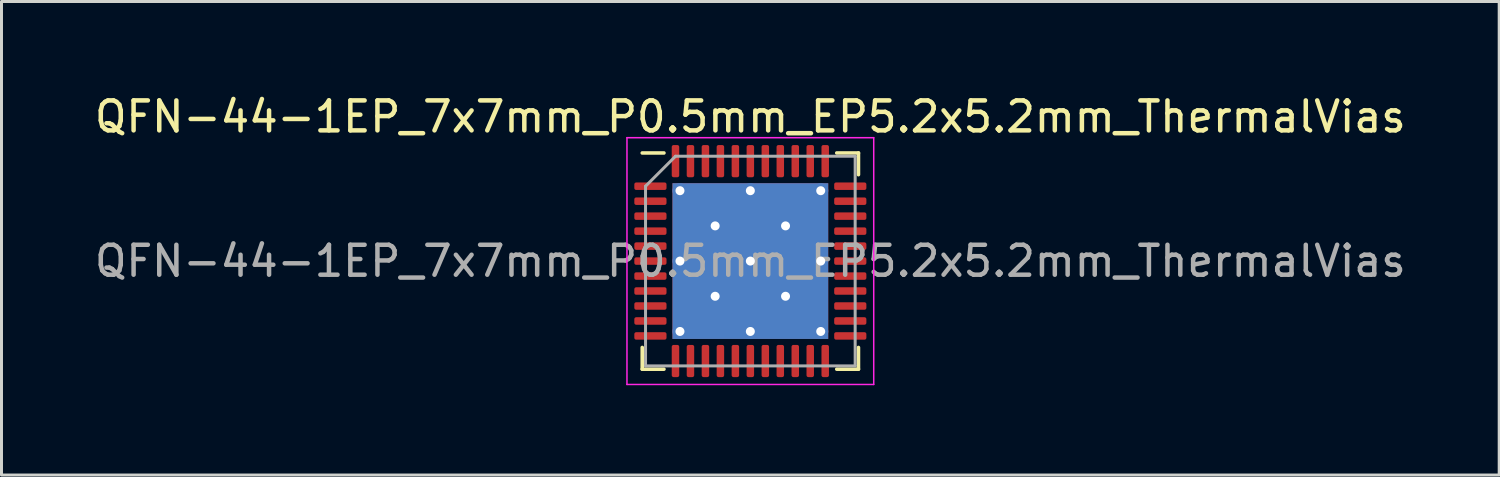
<source format=kicad_pcb>
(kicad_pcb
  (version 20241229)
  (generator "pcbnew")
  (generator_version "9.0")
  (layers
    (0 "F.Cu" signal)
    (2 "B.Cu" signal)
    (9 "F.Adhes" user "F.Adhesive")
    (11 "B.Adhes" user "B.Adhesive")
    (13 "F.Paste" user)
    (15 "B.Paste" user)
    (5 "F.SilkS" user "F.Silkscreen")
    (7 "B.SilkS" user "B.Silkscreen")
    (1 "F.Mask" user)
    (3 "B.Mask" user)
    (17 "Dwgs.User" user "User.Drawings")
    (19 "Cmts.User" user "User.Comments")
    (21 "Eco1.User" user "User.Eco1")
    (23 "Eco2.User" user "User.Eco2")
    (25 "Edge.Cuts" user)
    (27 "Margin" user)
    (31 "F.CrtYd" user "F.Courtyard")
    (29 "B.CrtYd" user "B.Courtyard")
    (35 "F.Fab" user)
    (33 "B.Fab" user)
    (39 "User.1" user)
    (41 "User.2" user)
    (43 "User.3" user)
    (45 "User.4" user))
  (footprint "QFN-44-1EP_7x7mm_P0.5mm_EP5.2x5.2mm_ThermalVias"
    (layer "F.Cu")
    (at 22.006 5.668)
    (property "Reference" "QFN-44-1EP_7x7mm_P0.5mm_EP5.2x5.2mm_ThermalVias" (at 0 -4.82 0) (layer "F.SilkS") (effects (font (size 1 1) (thickness 0.15))))
    (attr smd)
    (fp_line (start -3.61 3.61) (end -3.61 2.885) (stroke (width 0.12) (type solid)) (layer "F.SilkS"))
    (fp_line (start -2.885 -3.61) (end -3.61 -3.61) (stroke (width 0.12) (type solid)) (layer "F.SilkS"))
    (fp_line (start -2.885 3.61) (end -3.61 3.61) (stroke (width 0.12) (type solid)) (layer "F.SilkS"))
    (fp_line (start 2.885 -3.61) (end 3.61 -3.61) (stroke (width 0.12) (type solid)) (layer "F.SilkS"))
    (fp_line (start 2.885 3.61) (end 3.61 3.61) (stroke (width 0.12) (type solid)) (layer "F.SilkS"))
    (fp_line (start 3.61 -3.61) (end 3.61 -2.885) (stroke (width 0.12) (type solid)) (layer "F.SilkS"))
    (fp_line (start 3.61 3.61) (end 3.61 2.885) (stroke (width 0.12) (type solid)) (layer "F.SilkS"))
    (fp_line (start -4.12 -4.12) (end -4.12 4.12) (stroke (width 0.05) (type solid)) (layer "F.CrtYd"))
    (fp_line (start -4.12 4.12) (end 4.12 4.12) (stroke (width 0.05) (type solid)) (layer "F.CrtYd"))
    (fp_line (start 4.12 -4.12) (end -4.12 -4.12) (stroke (width 0.05) (type solid)) (layer "F.CrtYd"))
    (fp_line (start 4.12 4.12) (end 4.12 -4.12) (stroke (width 0.05) (type solid)) (layer "F.CrtYd"))
    (fp_line (start -3.5 -2.5) (end -2.5 -3.5) (stroke (width 0.1) (type solid)) (layer "F.Fab"))
    (fp_line (start -3.5 3.5) (end -3.5 -2.5) (stroke (width 0.1) (type solid)) (layer "F.Fab"))
    (fp_line (start -2.5 -3.5) (end 3.5 -3.5) (stroke (width 0.1) (type solid)) (layer "F.Fab"))
    (fp_line (start 3.5 -3.5) (end 3.5 3.5) (stroke (width 0.1) (type solid)) (layer "F.Fab"))
    (fp_line (start 3.5 3.5) (end -3.5 3.5) (stroke (width 0.1) (type solid)) (layer "F.Fab"))
    (fp_text user "${REFERENCE}" (at 0 0 0) (layer "F.Fab") (effects (font (size 1 1) (thickness 0.15))))
    (pad "" smd roundrect (at -1.762 -1.762) (size 1.007 1.007) (layers "F.Paste") (roundrect_rratio 0.248))
    (pad "" smd roundrect (at -1.762 -0.588) (size 1.007 1.007) (layers "F.Paste") (roundrect_rratio 0.248))
    (pad "" smd roundrect (at -1.762 0.588) (size 1.007 1.007) (layers "F.Paste") (roundrect_rratio 0.248))
    (pad "" smd roundrect (at -1.762 1.762) (size 1.007 1.007) (layers "F.Paste") (roundrect_rratio 0.248))
    (pad "" smd roundrect (at -0.588 -1.762) (size 1.007 1.007) (layers "F.Paste") (roundrect_rratio 0.248))
    (pad "" smd roundrect (at -0.588 -0.588) (size 1.007 1.007) (layers "F.Paste") (roundrect_rratio 0.248))
    (pad "" smd roundrect (at -0.588 0.588) (size 1.007 1.007) (layers "F.Paste") (roundrect_rratio 0.248))
    (pad "" smd roundrect (at -0.588 1.762) (size 1.007 1.007) (layers "F.Paste") (roundrect_rratio 0.248))
    (pad "" smd roundrect (at 0.588 -1.762) (size 1.007 1.007) (layers "F.Paste") (roundrect_rratio 0.248))
    (pad "" smd roundrect (at 0.588 -0.588) (size 1.007 1.007) (layers "F.Paste") (roundrect_rratio 0.248))
    (pad "" smd roundrect (at 0.588 0.588) (size 1.007 1.007) (layers "F.Paste") (roundrect_rratio 0.248))
    (pad "" smd roundrect (at 0.588 1.762) (size 1.007 1.007) (layers "F.Paste") (roundrect_rratio 0.248))
    (pad "" smd roundrect (at 1.762 -1.762) (size 1.007 1.007) (layers "F.Paste") (roundrect_rratio 0.248))
    (pad "" smd roundrect (at 1.762 -0.588) (size 1.007 1.007) (layers "F.Paste") (roundrect_rratio 0.248))
    (pad "" smd roundrect (at 1.762 0.588) (size 1.007 1.007) (layers "F.Paste") (roundrect_rratio 0.248))
    (pad "" smd roundrect (at 1.762 1.762) (size 1.007 1.007) (layers "F.Paste") (roundrect_rratio 0.248))
    (pad "1" smd roundrect (at -3.337 -2.5) (size 1.075 0.25) (layers "F.Cu" "F.Mask" "F.Paste") (roundrect_rratio 0.25))
    (pad "2" smd roundrect (at -3.337 -2) (size 1.075 0.25) (layers "F.Cu" "F.Mask" "F.Paste") (roundrect_rratio 0.25))
    (pad "3" smd roundrect (at -3.337 -1.5) (size 1.075 0.25) (layers "F.Cu" "F.Mask" "F.Paste") (roundrect_rratio 0.25))
    (pad "4" smd roundrect (at -3.337 -1) (size 1.075 0.25) (layers "F.Cu" "F.Mask" "F.Paste") (roundrect_rratio 0.25))
    (pad "5" smd roundrect (at -3.337 -0.5) (size 1.075 0.25) (layers "F.Cu" "F.Mask" "F.Paste") (roundrect_rratio 0.25))
    (pad "6" smd roundrect (at -3.337 0) (size 1.075 0.25) (layers "F.Cu" "F.Mask" "F.Paste") (roundrect_rratio 0.25))
    (pad "7" smd roundrect (at -3.337 0.5) (size 1.075 0.25) (layers "F.Cu" "F.Mask" "F.Paste") (roundrect_rratio 0.25))
    (pad "8" smd roundrect (at -3.337 1) (size 1.075 0.25) (layers "F.Cu" "F.Mask" "F.Paste") (roundrect_rratio 0.25))
    (pad "9" smd roundrect (at -3.337 1.5) (size 1.075 0.25) (layers "F.Cu" "F.Mask" "F.Paste") (roundrect_rratio 0.25))
    (pad "10" smd roundrect (at -3.337 2) (size 1.075 0.25) (layers "F.Cu" "F.Mask" "F.Paste") (roundrect_rratio 0.25))
    (pad "11" smd roundrect (at -3.337 2.5) (size 1.075 0.25) (layers "F.Cu" "F.Mask" "F.Paste") (roundrect_rratio 0.25))
    (pad "12" smd roundrect (at -2.5 3.337) (size 0.25 1.075) (layers "F.Cu" "F.Mask" "F.Paste") (roundrect_rratio 0.25))
    (pad "13" smd roundrect (at -2 3.337) (size 0.25 1.075) (layers "F.Cu" "F.Mask" "F.Paste") (roundrect_rratio 0.25))
    (pad "14" smd roundrect (at -1.5 3.337) (size 0.25 1.075) (layers "F.Cu" "F.Mask" "F.Paste") (roundrect_rratio 0.25))
    (pad "15" smd roundrect (at -1 3.337) (size 0.25 1.075) (layers "F.Cu" "F.Mask" "F.Paste") (roundrect_rratio 0.25))
    (pad "16" smd roundrect (at -0.5 3.337) (size 0.25 1.075) (layers "F.Cu" "F.Mask" "F.Paste") (roundrect_rratio 0.25))
    (pad "17" smd roundrect (at 0 3.337) (size 0.25 1.075) (layers "F.Cu" "F.Mask" "F.Paste") (roundrect_rratio 0.25))
    (pad "18" smd roundrect (at 0.5 3.337) (size 0.25 1.075) (layers "F.Cu" "F.Mask" "F.Paste") (roundrect_rratio 0.25))
    (pad "19" smd roundrect (at 1 3.337) (size 0.25 1.075) (layers "F.Cu" "F.Mask" "F.Paste") (roundrect_rratio 0.25))
    (pad "20" smd roundrect (at 1.5 3.337) (size 0.25 1.075) (layers "F.Cu" "F.Mask" "F.Paste") (roundrect_rratio 0.25))
    (pad "21" smd roundrect (at 2 3.337) (size 0.25 1.075) (layers "F.Cu" "F.Mask" "F.Paste") (roundrect_rratio 0.25))
    (pad "22" smd roundrect (at 2.5 3.337) (size 0.25 1.075) (layers "F.Cu" "F.Mask" "F.Paste") (roundrect_rratio 0.25))
    (pad "23" smd roundrect (at 3.337 2.5) (size 1.075 0.25) (layers "F.Cu" "F.Mask" "F.Paste") (roundrect_rratio 0.25))
    (pad "24" smd roundrect (at 3.337 2) (size 1.075 0.25) (layers "F.Cu" "F.Mask" "F.Paste") (roundrect_rratio 0.25))
    (pad "25" smd roundrect (at 3.337 1.5) (size 1.075 0.25) (layers "F.Cu" "F.Mask" "F.Paste") (roundrect_rratio 0.25))
    (pad "26" smd roundrect (at 3.337 1) (size 1.075 0.25) (layers "F.Cu" "F.Mask" "F.Paste") (roundrect_rratio 0.25))
    (pad "27" smd roundrect (at 3.337 0.5) (size 1.075 0.25) (layers "F.Cu" "F.Mask" "F.Paste") (roundrect_rratio 0.25))
    (pad "28" smd roundrect (at 3.337 0) (size 1.075 0.25) (layers "F.Cu" "F.Mask" "F.Paste") (roundrect_rratio 0.25))
    (pad "29" smd roundrect (at 3.337 -0.5) (size 1.075 0.25) (layers "F.Cu" "F.Mask" "F.Paste") (roundrect_rratio 0.25))
    (pad "30" smd roundrect (at 3.337 -1) (size 1.075 0.25) (layers "F.Cu" "F.Mask" "F.Paste") (roundrect_rratio 0.25))
    (pad "31" smd roundrect (at 3.337 -1.5) (size 1.075 0.25) (layers "F.Cu" "F.Mask" "F.Paste") (roundrect_rratio 0.25))
    (pad "32" smd roundrect (at 3.337 -2) (size 1.075 0.25) (layers "F.Cu" "F.Mask" "F.Paste") (roundrect_rratio 0.25))
    (pad "33" smd roundrect (at 3.337 -2.5) (size 1.075 0.25) (layers "F.Cu" "F.Mask" "F.Paste") (roundrect_rratio 0.25))
    (pad "34" smd roundrect (at 2.5 -3.337) (size 0.25 1.075) (layers "F.Cu" "F.Mask" "F.Paste") (roundrect_rratio 0.25))
    (pad "35" smd roundrect (at 2 -3.337) (size 0.25 1.075) (layers "F.Cu" "F.Mask" "F.Paste") (roundrect_rratio 0.25))
    (pad "36" smd roundrect (at 1.5 -3.337) (size 0.25 1.075) (layers "F.Cu" "F.Mask" "F.Paste") (roundrect_rratio 0.25))
    (pad "37" smd roundrect (at 1 -3.337) (size 0.25 1.075) (layers "F.Cu" "F.Mask" "F.Paste") (roundrect_rratio 0.25))
    (pad "38" smd roundrect (at 0.5 -3.337) (size 0.25 1.075) (layers "F.Cu" "F.Mask" "F.Paste") (roundrect_rratio 0.25))
    (pad "39" smd roundrect (at 0 -3.337) (size 0.25 1.075) (layers "F.Cu" "F.Mask" "F.Paste") (roundrect_rratio 0.25))
    (pad "40" smd roundrect (at -0.5 -3.337) (size 0.25 1.075) (layers "F.Cu" "F.Mask" "F.Paste") (roundrect_rratio 0.25))
    (pad "41" smd roundrect (at -1 -3.337) (size 0.25 1.075) (layers "F.Cu" "F.Mask" "F.Paste") (roundrect_rratio 0.25))
    (pad "42" smd roundrect (at -1.5 -3.337) (size 0.25 1.075) (layers "F.Cu" "F.Mask" "F.Paste") (roundrect_rratio 0.25))
    (pad "43" smd roundrect (at -2 -3.337) (size 0.25 1.075) (layers "F.Cu" "F.Mask" "F.Paste") (roundrect_rratio 0.25))
    (pad "44" smd roundrect (at -2.5 -3.337) (size 0.25 1.075) (layers "F.Cu" "F.Mask" "F.Paste") (roundrect_rratio 0.25))
    (pad "45" thru_hole circle (at -2.35 -2.35) (size 0.5 0.5) (drill 0.3) (layers "*.Cu"))
    (pad "45" thru_hole circle (at -2.35 0) (size 0.5 0.5) (drill 0.3) (layers "*.Cu"))
    (pad "45" thru_hole circle (at -2.35 2.35) (size 0.5 0.5) (drill 0.3) (layers "*.Cu"))
    (pad "45" thru_hole circle (at -1.175 -1.175) (size 0.5 0.5) (drill 0.3) (layers "*.Cu"))
    (pad "45" thru_hole circle (at -1.175 1.175) (size 0.5 0.5) (drill 0.3) (layers "*.Cu"))
    (pad "45" thru_hole circle (at 0 -2.35) (size 0.5 0.5) (drill 0.3) (layers "*.Cu"))
    (pad "45" thru_hole circle (at 0 0) (size 0.5 0.5) (drill 0.3) (layers "*.Cu"))
    (pad "45" smd rect (at 0 0) (size 5.2 5.2) (layers "F.Cu" "F.Mask"))
    (pad "45" smd rect (at 0 0) (size 5.2 5.2) (layers "B.Cu"))
    (pad "45" thru_hole circle (at 0 2.35) (size 0.5 0.5) (drill 0.3) (layers "*.Cu"))
    (pad "45" thru_hole circle (at 1.175 -1.175) (size 0.5 0.5) (drill 0.3) (layers "*.Cu"))
    (pad "45" thru_hole circle (at 1.175 1.175) (size 0.5 0.5) (drill 0.3) (layers "*.Cu"))
    (pad "45" thru_hole circle (at 2.35 -2.35) (size 0.5 0.5) (drill 0.3) (layers "*.Cu"))
    (pad "45" thru_hole circle (at 2.35 0) (size 0.5 0.5) (drill 0.3) (layers "*.Cu"))
    (pad "45" thru_hole circle (at 2.35 2.35) (size 0.5 0.5) (drill 0.3) (layers "*.Cu")))
  (gr_rect
    (start -3 -3)
    (end 47.012 12.813)
    (stroke (width 0.1) (type default))
    (fill no)
    (layer "Edge.Cuts")))
</source>
